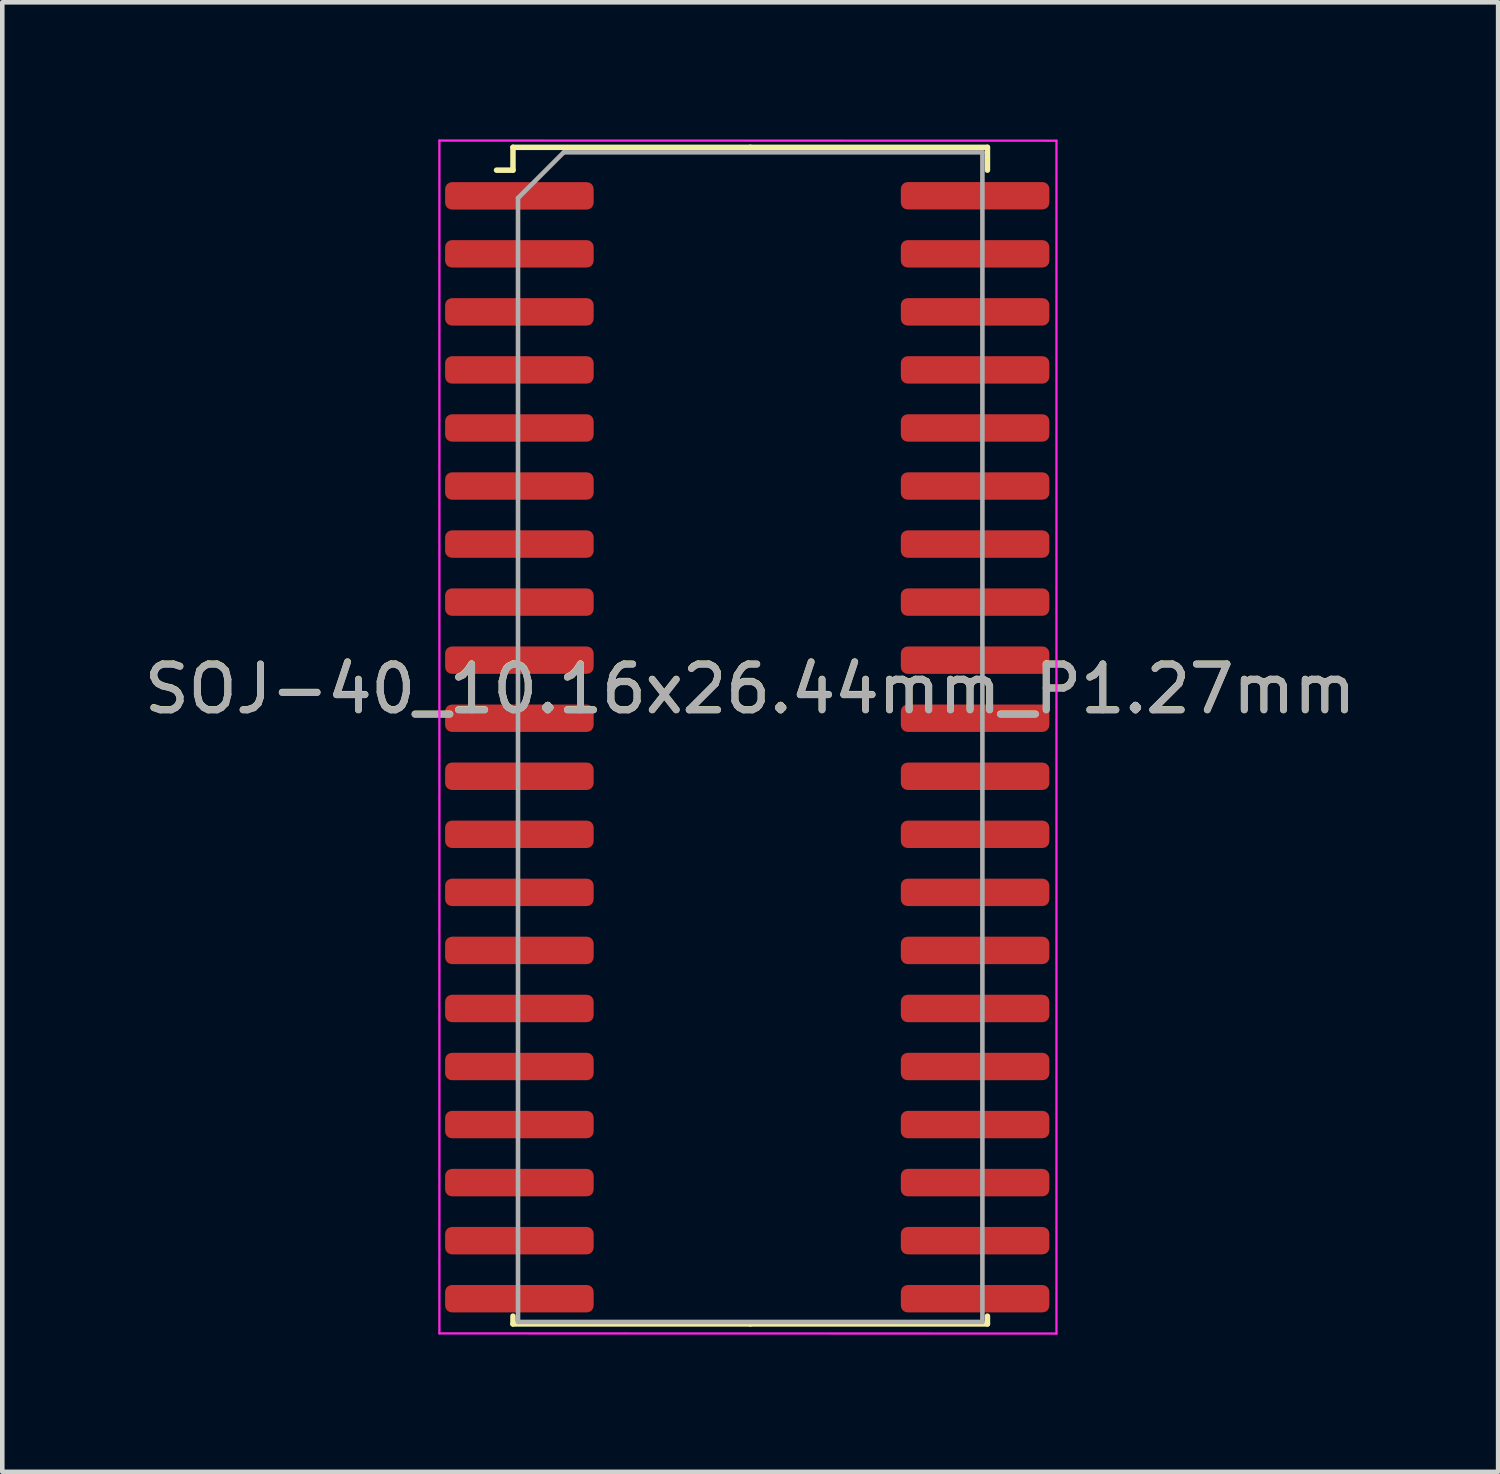
<source format=kicad_pcb>
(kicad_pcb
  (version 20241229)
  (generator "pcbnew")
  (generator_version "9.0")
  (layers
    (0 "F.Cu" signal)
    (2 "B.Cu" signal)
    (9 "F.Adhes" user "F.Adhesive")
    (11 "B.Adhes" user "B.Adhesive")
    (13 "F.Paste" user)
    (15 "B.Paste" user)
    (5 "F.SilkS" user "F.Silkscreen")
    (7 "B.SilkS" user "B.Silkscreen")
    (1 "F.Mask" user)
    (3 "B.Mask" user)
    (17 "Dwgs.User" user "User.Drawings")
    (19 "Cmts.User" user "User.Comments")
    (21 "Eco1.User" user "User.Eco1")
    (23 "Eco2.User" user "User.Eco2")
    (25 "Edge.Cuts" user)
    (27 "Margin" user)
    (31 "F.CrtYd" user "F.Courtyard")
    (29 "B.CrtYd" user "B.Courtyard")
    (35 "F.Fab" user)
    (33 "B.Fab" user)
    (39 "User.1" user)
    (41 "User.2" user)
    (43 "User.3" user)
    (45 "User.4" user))
  (footprint "SOJ-40_10.16x26.44mm_P1.27mm"
    (layer "F.Cu")
    (at 13.363 13.425)
    (property "Reference" "SOJ-40_10.16x26.44mm_P1.27mm" (at 0 -1.405 0) (layer "F.SilkS") (effects (font (size 1 1) (thickness 0.15))))
    (attr through_hole)
    (fp_line (start -5.19 -13.252) (end -5.19 -12.752) (stroke (width 0.12) (type solid)) (layer "F.SilkS"))
    (fp_line (start -5.19 -12.752) (end -5.55 -12.752) (stroke (width 0.12) (type solid)) (layer "F.SilkS"))
    (fp_line (start -5.19 12.49) (end -5.19 12.319) (stroke (width 0.12) (type solid)) (layer "F.SilkS"))
    (fp_line (start 0 -13.252) (end -5.19 -13.252) (stroke (width 0.12) (type solid)) (layer "F.SilkS"))
    (fp_line (start 0 -13.252) (end 5.19 -13.252) (stroke (width 0.12) (type solid)) (layer "F.SilkS"))
    (fp_line (start 0 12.49) (end -5.19 12.49) (stroke (width 0.12) (type solid)) (layer "F.SilkS"))
    (fp_line (start 0 12.49) (end 5.19 12.49) (stroke (width 0.12) (type solid)) (layer "F.SilkS"))
    (fp_line (start 5.19 -13.252) (end 5.19 -12.752) (stroke (width 0.12) (type solid)) (layer "F.SilkS"))
    (fp_line (start 5.19 12.49) (end 5.19 12.319) (stroke (width 0.12) (type solid)) (layer "F.SilkS"))
    (fp_line (start -6.8 -13.4) (end -6.8 12.697) (stroke (width 0.05) (type solid)) (layer "F.CrtYd"))
    (fp_line (start -6.8 12.697) (end 6.7 12.7) (stroke (width 0.05) (type solid)) (layer "F.CrtYd"))
    (fp_line (start 6.7 -13.397) (end -6.8 -13.4) (stroke (width 0.05) (type solid)) (layer "F.CrtYd"))
    (fp_line (start 6.7 12.7) (end 6.7 -13.397) (stroke (width 0.05) (type solid)) (layer "F.CrtYd"))
    (fp_line (start -5.08 -12.142) (end -4.08 -13.142) (stroke (width 0.1) (type solid)) (layer "F.Fab"))
    (fp_line (start -5.08 12.446) (end -5.08 -12.142) (stroke (width 0.1) (type solid)) (layer "F.Fab"))
    (fp_line (start -4.08 -13.142) (end 5.08 -13.142) (stroke (width 0.1) (type solid)) (layer "F.Fab"))
    (fp_line (start 5.08 -13.142) (end 5.08 12.446) (stroke (width 0.1) (type solid)) (layer "F.Fab"))
    (fp_line (start 5.08 12.446) (end -5.08 12.446) (stroke (width 0.1) (type solid)) (layer "F.Fab"))
    (fp_text user "${REFERENCE}" (at 0 -1.397 0) (layer "F.Fab") (effects (font (size 1 1) (thickness 0.15))))
    (pad "1" smd roundrect (at -5.05 -12.19) (size 3.25 0.6) (layers "F.Cu" "F.Mask" "F.Paste") (roundrect_rratio 0.25))
    (pad "2" smd roundrect (at -5.05 -10.922) (size 3.25 0.6) (layers "F.Cu" "F.Mask" "F.Paste") (roundrect_rratio 0.25))
    (pad "3" smd roundrect (at -5.05 -9.652) (size 3.25 0.6) (layers "F.Cu" "F.Mask" "F.Paste") (roundrect_rratio 0.25))
    (pad "4" smd roundrect (at -5.05 -8.382) (size 3.25 0.6) (layers "F.Cu" "F.Mask" "F.Paste") (roundrect_rratio 0.25))
    (pad "5" smd roundrect (at -5.05 -7.112) (size 3.25 0.6) (layers "F.Cu" "F.Mask" "F.Paste") (roundrect_rratio 0.25))
    (pad "6" smd roundrect (at -5.05 -5.842) (size 3.25 0.6) (layers "F.Cu" "F.Mask" "F.Paste") (roundrect_rratio 0.25))
    (pad "7" smd roundrect (at -5.05 -4.572) (size 3.25 0.6) (layers "F.Cu" "F.Mask" "F.Paste") (roundrect_rratio 0.25))
    (pad "8" smd roundrect (at -5.05 -3.302) (size 3.25 0.6) (layers "F.Cu" "F.Mask" "F.Paste") (roundrect_rratio 0.25))
    (pad "9" smd roundrect (at -5.05 -2.032) (size 3.25 0.6) (layers "F.Cu" "F.Mask" "F.Paste") (roundrect_rratio 0.25))
    (pad "10" smd roundrect (at -5.05 -0.762) (size 3.25 0.6) (layers "F.Cu" "F.Mask" "F.Paste") (roundrect_rratio 0.25))
    (pad "11" smd roundrect (at -5.05 0.508) (size 3.25 0.6) (layers "F.Cu" "F.Mask" "F.Paste") (roundrect_rratio 0.25))
    (pad "12" smd roundrect (at -5.05 1.778) (size 3.25 0.6) (layers "F.Cu" "F.Mask" "F.Paste") (roundrect_rratio 0.25))
    (pad "13" smd roundrect (at -5.05 3.048) (size 3.25 0.6) (layers "F.Cu" "F.Mask" "F.Paste") (roundrect_rratio 0.25))
    (pad "14" smd roundrect (at -5.05 4.318) (size 3.25 0.6) (layers "F.Cu" "F.Mask" "F.Paste") (roundrect_rratio 0.25))
    (pad "15" smd roundrect (at -5.05 5.588) (size 3.25 0.6) (layers "F.Cu" "F.Mask" "F.Paste") (roundrect_rratio 0.25))
    (pad "16" smd roundrect (at -5.05 6.858) (size 3.25 0.6) (layers "F.Cu" "F.Mask" "F.Paste") (roundrect_rratio 0.25))
    (pad "17" smd roundrect (at -5.05 8.128) (size 3.25 0.6) (layers "F.Cu" "F.Mask" "F.Paste") (roundrect_rratio 0.25))
    (pad "18" smd roundrect (at -5.05 9.398) (size 3.25 0.6) (layers "F.Cu" "F.Mask" "F.Paste") (roundrect_rratio 0.25))
    (pad "19" smd roundrect (at -5.05 10.668) (size 3.25 0.6) (layers "F.Cu" "F.Mask" "F.Paste") (roundrect_rratio 0.25))
    (pad "20" smd roundrect (at -5.05 11.938) (size 3.25 0.6) (layers "F.Cu" "F.Mask" "F.Paste") (roundrect_rratio 0.25))
    (pad "21" smd roundrect (at 4.92 11.938) (size 3.25 0.6) (layers "F.Cu" "F.Mask" "F.Paste") (roundrect_rratio 0.25))
    (pad "22" smd roundrect (at 4.92 10.668) (size 3.25 0.6) (layers "F.Cu" "F.Mask" "F.Paste") (roundrect_rratio 0.25))
    (pad "23" smd roundrect (at 4.92 9.398) (size 3.25 0.6) (layers "F.Cu" "F.Mask" "F.Paste") (roundrect_rratio 0.25))
    (pad "24" smd roundrect (at 4.92 8.128) (size 3.25 0.6) (layers "F.Cu" "F.Mask" "F.Paste") (roundrect_rratio 0.25))
    (pad "25" smd roundrect (at 4.92 6.858) (size 3.25 0.6) (layers "F.Cu" "F.Mask" "F.Paste") (roundrect_rratio 0.25))
    (pad "26" smd roundrect (at 4.92 5.588) (size 3.25 0.6) (layers "F.Cu" "F.Mask" "F.Paste") (roundrect_rratio 0.25))
    (pad "27" smd roundrect (at 4.92 4.318) (size 3.25 0.6) (layers "F.Cu" "F.Mask" "F.Paste") (roundrect_rratio 0.25))
    (pad "28" smd roundrect (at 4.92 3.048) (size 3.25 0.6) (layers "F.Cu" "F.Mask" "F.Paste") (roundrect_rratio 0.25))
    (pad "29" smd roundrect (at 4.92 1.778) (size 3.25 0.6) (layers "F.Cu" "F.Mask" "F.Paste") (roundrect_rratio 0.25))
    (pad "30" smd roundrect (at 4.92 0.508) (size 3.25 0.6) (layers "F.Cu" "F.Mask" "F.Paste") (roundrect_rratio 0.25))
    (pad "31" smd roundrect (at 4.92 -0.762) (size 3.25 0.6) (layers "F.Cu" "F.Mask" "F.Paste") (roundrect_rratio 0.25))
    (pad "32" smd roundrect (at 4.92 -2.032) (size 3.25 0.6) (layers "F.Cu" "F.Mask" "F.Paste") (roundrect_rratio 0.25))
    (pad "33" smd roundrect (at 4.92 -3.302) (size 3.25 0.6) (layers "F.Cu" "F.Mask" "F.Paste") (roundrect_rratio 0.25))
    (pad "34" smd roundrect (at 4.92 -4.572) (size 3.25 0.6) (layers "F.Cu" "F.Mask" "F.Paste") (roundrect_rratio 0.25))
    (pad "35" smd roundrect (at 4.92 -5.842) (size 3.25 0.6) (layers "F.Cu" "F.Mask" "F.Paste") (roundrect_rratio 0.25))
    (pad "36" smd roundrect (at 4.92 -7.112) (size 3.25 0.6) (layers "F.Cu" "F.Mask" "F.Paste") (roundrect_rratio 0.25))
    (pad "37" smd roundrect (at 4.92 -8.382) (size 3.25 0.6) (layers "F.Cu" "F.Mask" "F.Paste") (roundrect_rratio 0.25))
    (pad "38" smd roundrect (at 4.92 -9.652) (size 3.25 0.6) (layers "F.Cu" "F.Mask" "F.Paste") (roundrect_rratio 0.25))
    (pad "39" smd roundrect (at 4.92 -10.922) (size 3.25 0.6) (layers "F.Cu" "F.Mask" "F.Paste") (roundrect_rratio 0.25))
    (pad "40" smd roundrect (at 4.92 -12.192) (size 3.25 0.6) (layers "F.Cu" "F.Mask" "F.Paste") (roundrect_rratio 0.25)))
  (gr_rect
    (start -3 -3)
    (end 29.726 29.15)
    (stroke (width 0.1) (type default))
    (fill no)
    (layer "Edge.Cuts")))
</source>
